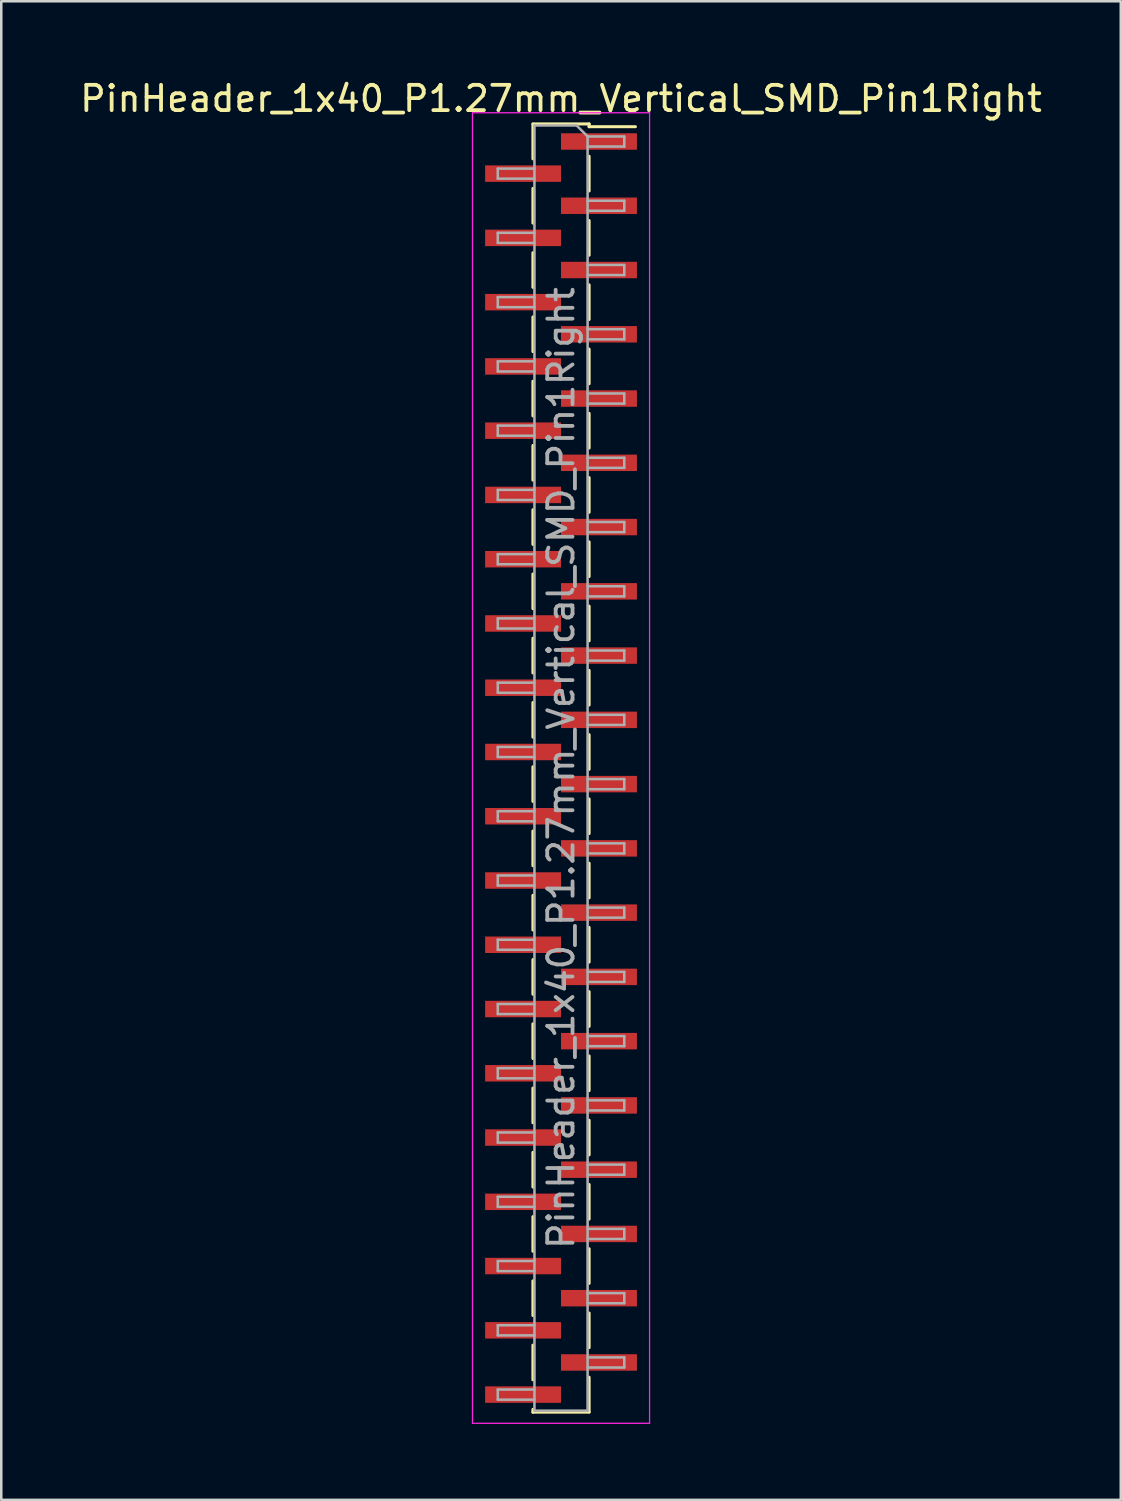
<source format=kicad_pcb>
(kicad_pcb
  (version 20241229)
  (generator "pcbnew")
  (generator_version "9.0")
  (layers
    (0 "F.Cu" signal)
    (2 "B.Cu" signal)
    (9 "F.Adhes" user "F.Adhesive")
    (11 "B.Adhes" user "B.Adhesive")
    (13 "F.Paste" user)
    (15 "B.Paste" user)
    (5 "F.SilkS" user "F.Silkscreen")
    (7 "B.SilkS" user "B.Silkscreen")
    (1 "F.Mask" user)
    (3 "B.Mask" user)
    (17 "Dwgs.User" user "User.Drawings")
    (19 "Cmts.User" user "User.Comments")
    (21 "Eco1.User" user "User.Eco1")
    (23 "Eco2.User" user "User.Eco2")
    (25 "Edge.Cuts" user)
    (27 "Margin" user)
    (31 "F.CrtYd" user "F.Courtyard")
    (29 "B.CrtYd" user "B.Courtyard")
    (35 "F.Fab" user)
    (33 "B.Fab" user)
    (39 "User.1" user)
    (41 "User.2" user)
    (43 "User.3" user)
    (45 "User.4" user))
  (footprint "PinHeader_1x40_P1.27mm_Vertical_SMD_Pin1Right"
    (layer "F.Cu")
    (at 19.125 27.308)
    (property "Reference" "PinHeader_1x40_P1.27mm_Vertical_SMD_Pin1Right" (at 0 -26.46 0) (layer "F.SilkS") (effects (font (size 1 1) (thickness 0.15))))
    (attr smd)
    (fp_line (start -1.11 -25.46) (end 1.11 -25.46) (stroke (width 0.12) (type solid)) (layer "F.SilkS"))
    (fp_line (start -1.11 -25.45) (end -1.11 -24.08) (stroke (width 0.12) (type solid)) (layer "F.SilkS"))
    (fp_line (start -1.11 -22.91) (end -1.11 -21.54) (stroke (width 0.12) (type solid)) (layer "F.SilkS"))
    (fp_line (start -1.11 -20.37) (end -1.11 -19) (stroke (width 0.12) (type solid)) (layer "F.SilkS"))
    (fp_line (start -1.11 -17.83) (end -1.11 -16.46) (stroke (width 0.12) (type solid)) (layer "F.SilkS"))
    (fp_line (start -1.11 -15.29) (end -1.11 -13.92) (stroke (width 0.12) (type solid)) (layer "F.SilkS"))
    (fp_line (start -1.11 -12.75) (end -1.11 -11.38) (stroke (width 0.12) (type solid)) (layer "F.SilkS"))
    (fp_line (start -1.11 -10.21) (end -1.11 -8.84) (stroke (width 0.12) (type solid)) (layer "F.SilkS"))
    (fp_line (start -1.11 -7.67) (end -1.11 -6.3) (stroke (width 0.12) (type solid)) (layer "F.SilkS"))
    (fp_line (start -1.11 -5.13) (end -1.11 -3.76) (stroke (width 0.12) (type solid)) (layer "F.SilkS"))
    (fp_line (start -1.11 -2.59) (end -1.11 -1.22) (stroke (width 0.12) (type solid)) (layer "F.SilkS"))
    (fp_line (start -1.11 -0.05) (end -1.11 1.32) (stroke (width 0.12) (type solid)) (layer "F.SilkS"))
    (fp_line (start -1.11 2.49) (end -1.11 3.86) (stroke (width 0.12) (type solid)) (layer "F.SilkS"))
    (fp_line (start -1.11 5.03) (end -1.11 6.4) (stroke (width 0.12) (type solid)) (layer "F.SilkS"))
    (fp_line (start -1.11 7.57) (end -1.11 8.94) (stroke (width 0.12) (type solid)) (layer "F.SilkS"))
    (fp_line (start -1.11 10.11) (end -1.11 11.48) (stroke (width 0.12) (type solid)) (layer "F.SilkS"))
    (fp_line (start -1.11 12.65) (end -1.11 14.02) (stroke (width 0.12) (type solid)) (layer "F.SilkS"))
    (fp_line (start -1.11 15.19) (end -1.11 16.56) (stroke (width 0.12) (type solid)) (layer "F.SilkS"))
    (fp_line (start -1.11 17.73) (end -1.11 19.1) (stroke (width 0.12) (type solid)) (layer "F.SilkS"))
    (fp_line (start -1.11 20.27) (end -1.11 21.64) (stroke (width 0.12) (type solid)) (layer "F.SilkS"))
    (fp_line (start -1.11 22.81) (end -1.11 24.18) (stroke (width 0.12) (type solid)) (layer "F.SilkS"))
    (fp_line (start -1.11 25.35) (end -1.11 25.46) (stroke (width 0.12) (type solid)) (layer "F.SilkS"))
    (fp_line (start -1.11 25.46) (end 1.11 25.46) (stroke (width 0.12) (type solid)) (layer "F.SilkS"))
    (fp_line (start 1.11 -25.46) (end 1.11 -25.35) (stroke (width 0.12) (type solid)) (layer "F.SilkS"))
    (fp_line (start 1.11 -25.35) (end 2.94 -25.35) (stroke (width 0.12) (type solid)) (layer "F.SilkS"))
    (fp_line (start 1.11 -24.18) (end 1.11 -22.81) (stroke (width 0.12) (type solid)) (layer "F.SilkS"))
    (fp_line (start 1.11 -21.64) (end 1.11 -20.27) (stroke (width 0.12) (type solid)) (layer "F.SilkS"))
    (fp_line (start 1.11 -19.1) (end 1.11 -17.73) (stroke (width 0.12) (type solid)) (layer "F.SilkS"))
    (fp_line (start 1.11 -16.56) (end 1.11 -15.19) (stroke (width 0.12) (type solid)) (layer "F.SilkS"))
    (fp_line (start 1.11 -14.02) (end 1.11 -12.65) (stroke (width 0.12) (type solid)) (layer "F.SilkS"))
    (fp_line (start 1.11 -11.48) (end 1.11 -10.11) (stroke (width 0.12) (type solid)) (layer "F.SilkS"))
    (fp_line (start 1.11 -8.94) (end 1.11 -7.57) (stroke (width 0.12) (type solid)) (layer "F.SilkS"))
    (fp_line (start 1.11 -6.4) (end 1.11 -5.03) (stroke (width 0.12) (type solid)) (layer "F.SilkS"))
    (fp_line (start 1.11 -3.86) (end 1.11 -2.49) (stroke (width 0.12) (type solid)) (layer "F.SilkS"))
    (fp_line (start 1.11 -1.32) (end 1.11 0.05) (stroke (width 0.12) (type solid)) (layer "F.SilkS"))
    (fp_line (start 1.11 1.22) (end 1.11 2.59) (stroke (width 0.12) (type solid)) (layer "F.SilkS"))
    (fp_line (start 1.11 3.76) (end 1.11 5.13) (stroke (width 0.12) (type solid)) (layer "F.SilkS"))
    (fp_line (start 1.11 6.3) (end 1.11 7.67) (stroke (width 0.12) (type solid)) (layer "F.SilkS"))
    (fp_line (start 1.11 8.84) (end 1.11 10.21) (stroke (width 0.12) (type solid)) (layer "F.SilkS"))
    (fp_line (start 1.11 11.38) (end 1.11 12.75) (stroke (width 0.12) (type solid)) (layer "F.SilkS"))
    (fp_line (start 1.11 13.92) (end 1.11 15.29) (stroke (width 0.12) (type solid)) (layer "F.SilkS"))
    (fp_line (start 1.11 16.46) (end 1.11 17.83) (stroke (width 0.12) (type solid)) (layer "F.SilkS"))
    (fp_line (start 1.11 19) (end 1.11 20.37) (stroke (width 0.12) (type solid)) (layer "F.SilkS"))
    (fp_line (start 1.11 21.54) (end 1.11 22.91) (stroke (width 0.12) (type solid)) (layer "F.SilkS"))
    (fp_line (start 1.11 24.08) (end 1.11 25.45) (stroke (width 0.12) (type solid)) (layer "F.SilkS"))
    (fp_line (start -3.5 -25.9) (end -3.5 25.9) (stroke (width 0.05) (type solid)) (layer "F.CrtYd"))
    (fp_line (start -3.5 25.9) (end 3.5 25.9) (stroke (width 0.05) (type solid)) (layer "F.CrtYd"))
    (fp_line (start 3.5 -25.9) (end -3.5 -25.9) (stroke (width 0.05) (type solid)) (layer "F.CrtYd"))
    (fp_line (start 3.5 25.9) (end 3.5 -25.9) (stroke (width 0.05) (type solid)) (layer "F.CrtYd"))
    (fp_line (start -2.5 -23.695) (end -2.5 -23.295) (stroke (width 0.1) (type solid)) (layer "F.Fab"))
    (fp_line (start -2.5 -23.295) (end -1.05 -23.295) (stroke (width 0.1) (type solid)) (layer "F.Fab"))
    (fp_line (start -2.5 -21.155) (end -2.5 -20.755) (stroke (width 0.1) (type solid)) (layer "F.Fab"))
    (fp_line (start -2.5 -20.755) (end -1.05 -20.755) (stroke (width 0.1) (type solid)) (layer "F.Fab"))
    (fp_line (start -2.5 -18.615) (end -2.5 -18.215) (stroke (width 0.1) (type solid)) (layer "F.Fab"))
    (fp_line (start -2.5 -18.215) (end -1.05 -18.215) (stroke (width 0.1) (type solid)) (layer "F.Fab"))
    (fp_line (start -2.5 -16.075) (end -2.5 -15.675) (stroke (width 0.1) (type solid)) (layer "F.Fab"))
    (fp_line (start -2.5 -15.675) (end -1.05 -15.675) (stroke (width 0.1) (type solid)) (layer "F.Fab"))
    (fp_line (start -2.5 -13.535) (end -2.5 -13.135) (stroke (width 0.1) (type solid)) (layer "F.Fab"))
    (fp_line (start -2.5 -13.135) (end -1.05 -13.135) (stroke (width 0.1) (type solid)) (layer "F.Fab"))
    (fp_line (start -2.5 -10.995) (end -2.5 -10.595) (stroke (width 0.1) (type solid)) (layer "F.Fab"))
    (fp_line (start -2.5 -10.595) (end -1.05 -10.595) (stroke (width 0.1) (type solid)) (layer "F.Fab"))
    (fp_line (start -2.5 -8.455) (end -2.5 -8.055) (stroke (width 0.1) (type solid)) (layer "F.Fab"))
    (fp_line (start -2.5 -8.055) (end -1.05 -8.055) (stroke (width 0.1) (type solid)) (layer "F.Fab"))
    (fp_line (start -2.5 -5.915) (end -2.5 -5.515) (stroke (width 0.1) (type solid)) (layer "F.Fab"))
    (fp_line (start -2.5 -5.515) (end -1.05 -5.515) (stroke (width 0.1) (type solid)) (layer "F.Fab"))
    (fp_line (start -2.5 -3.375) (end -2.5 -2.975) (stroke (width 0.1) (type solid)) (layer "F.Fab"))
    (fp_line (start -2.5 -2.975) (end -1.05 -2.975) (stroke (width 0.1) (type solid)) (layer "F.Fab"))
    (fp_line (start -2.5 -0.835) (end -2.5 -0.435) (stroke (width 0.1) (type solid)) (layer "F.Fab"))
    (fp_line (start -2.5 -0.435) (end -1.05 -0.435) (stroke (width 0.1) (type solid)) (layer "F.Fab"))
    (fp_line (start -2.5 1.705) (end -2.5 2.105) (stroke (width 0.1) (type solid)) (layer "F.Fab"))
    (fp_line (start -2.5 2.105) (end -1.05 2.105) (stroke (width 0.1) (type solid)) (layer "F.Fab"))
    (fp_line (start -2.5 4.245) (end -2.5 4.645) (stroke (width 0.1) (type solid)) (layer "F.Fab"))
    (fp_line (start -2.5 4.645) (end -1.05 4.645) (stroke (width 0.1) (type solid)) (layer "F.Fab"))
    (fp_line (start -2.5 6.785) (end -2.5 7.185) (stroke (width 0.1) (type solid)) (layer "F.Fab"))
    (fp_line (start -2.5 7.185) (end -1.05 7.185) (stroke (width 0.1) (type solid)) (layer "F.Fab"))
    (fp_line (start -2.5 9.325) (end -2.5 9.725) (stroke (width 0.1) (type solid)) (layer "F.Fab"))
    (fp_line (start -2.5 9.725) (end -1.05 9.725) (stroke (width 0.1) (type solid)) (layer "F.Fab"))
    (fp_line (start -2.5 11.865) (end -2.5 12.265) (stroke (width 0.1) (type solid)) (layer "F.Fab"))
    (fp_line (start -2.5 12.265) (end -1.05 12.265) (stroke (width 0.1) (type solid)) (layer "F.Fab"))
    (fp_line (start -2.5 14.405) (end -2.5 14.805) (stroke (width 0.1) (type solid)) (layer "F.Fab"))
    (fp_line (start -2.5 14.805) (end -1.05 14.805) (stroke (width 0.1) (type solid)) (layer "F.Fab"))
    (fp_line (start -2.5 16.945) (end -2.5 17.345) (stroke (width 0.1) (type solid)) (layer "F.Fab"))
    (fp_line (start -2.5 17.345) (end -1.05 17.345) (stroke (width 0.1) (type solid)) (layer "F.Fab"))
    (fp_line (start -2.5 19.485) (end -2.5 19.885) (stroke (width 0.1) (type solid)) (layer "F.Fab"))
    (fp_line (start -2.5 19.885) (end -1.05 19.885) (stroke (width 0.1) (type solid)) (layer "F.Fab"))
    (fp_line (start -2.5 22.025) (end -2.5 22.425) (stroke (width 0.1) (type solid)) (layer "F.Fab"))
    (fp_line (start -2.5 22.425) (end -1.05 22.425) (stroke (width 0.1) (type solid)) (layer "F.Fab"))
    (fp_line (start -2.5 24.565) (end -2.5 24.965) (stroke (width 0.1) (type solid)) (layer "F.Fab"))
    (fp_line (start -2.5 24.965) (end -1.05 24.965) (stroke (width 0.1) (type solid)) (layer "F.Fab"))
    (fp_line (start -1.05 -25.4) (end -1.05 25.4) (stroke (width 0.1) (type solid)) (layer "F.Fab"))
    (fp_line (start -1.05 -25.4) (end 0.615 -25.4) (stroke (width 0.1) (type solid)) (layer "F.Fab"))
    (fp_line (start -1.05 -23.695) (end -2.5 -23.695) (stroke (width 0.1) (type solid)) (layer "F.Fab"))
    (fp_line (start -1.05 -21.155) (end -2.5 -21.155) (stroke (width 0.1) (type solid)) (layer "F.Fab"))
    (fp_line (start -1.05 -18.615) (end -2.5 -18.615) (stroke (width 0.1) (type solid)) (layer "F.Fab"))
    (fp_line (start -1.05 -16.075) (end -2.5 -16.075) (stroke (width 0.1) (type solid)) (layer "F.Fab"))
    (fp_line (start -1.05 -13.535) (end -2.5 -13.535) (stroke (width 0.1) (type solid)) (layer "F.Fab"))
    (fp_line (start -1.05 -10.995) (end -2.5 -10.995) (stroke (width 0.1) (type solid)) (layer "F.Fab"))
    (fp_line (start -1.05 -8.455) (end -2.5 -8.455) (stroke (width 0.1) (type solid)) (layer "F.Fab"))
    (fp_line (start -1.05 -5.915) (end -2.5 -5.915) (stroke (width 0.1) (type solid)) (layer "F.Fab"))
    (fp_line (start -1.05 -3.375) (end -2.5 -3.375) (stroke (width 0.1) (type solid)) (layer "F.Fab"))
    (fp_line (start -1.05 -0.835) (end -2.5 -0.835) (stroke (width 0.1) (type solid)) (layer "F.Fab"))
    (fp_line (start -1.05 1.705) (end -2.5 1.705) (stroke (width 0.1) (type solid)) (layer "F.Fab"))
    (fp_line (start -1.05 4.245) (end -2.5 4.245) (stroke (width 0.1) (type solid)) (layer "F.Fab"))
    (fp_line (start -1.05 6.785) (end -2.5 6.785) (stroke (width 0.1) (type solid)) (layer "F.Fab"))
    (fp_line (start -1.05 9.325) (end -2.5 9.325) (stroke (width 0.1) (type solid)) (layer "F.Fab"))
    (fp_line (start -1.05 11.865) (end -2.5 11.865) (stroke (width 0.1) (type solid)) (layer "F.Fab"))
    (fp_line (start -1.05 14.405) (end -2.5 14.405) (stroke (width 0.1) (type solid)) (layer "F.Fab"))
    (fp_line (start -1.05 16.945) (end -2.5 16.945) (stroke (width 0.1) (type solid)) (layer "F.Fab"))
    (fp_line (start -1.05 19.485) (end -2.5 19.485) (stroke (width 0.1) (type solid)) (layer "F.Fab"))
    (fp_line (start -1.05 22.025) (end -2.5 22.025) (stroke (width 0.1) (type solid)) (layer "F.Fab"))
    (fp_line (start -1.05 24.565) (end -2.5 24.565) (stroke (width 0.1) (type solid)) (layer "F.Fab"))
    (fp_line (start 1.05 -24.965) (end 0.615 -25.4) (stroke (width 0.1) (type solid)) (layer "F.Fab"))
    (fp_line (start 1.05 -24.965) (end 2.5 -24.965) (stroke (width 0.1) (type solid)) (layer "F.Fab"))
    (fp_line (start 1.05 -22.425) (end 2.5 -22.425) (stroke (width 0.1) (type solid)) (layer "F.Fab"))
    (fp_line (start 1.05 -19.885) (end 2.5 -19.885) (stroke (width 0.1) (type solid)) (layer "F.Fab"))
    (fp_line (start 1.05 -17.345) (end 2.5 -17.345) (stroke (width 0.1) (type solid)) (layer "F.Fab"))
    (fp_line (start 1.05 -14.805) (end 2.5 -14.805) (stroke (width 0.1) (type solid)) (layer "F.Fab"))
    (fp_line (start 1.05 -12.265) (end 2.5 -12.265) (stroke (width 0.1) (type solid)) (layer "F.Fab"))
    (fp_line (start 1.05 -9.725) (end 2.5 -9.725) (stroke (width 0.1) (type solid)) (layer "F.Fab"))
    (fp_line (start 1.05 -7.185) (end 2.5 -7.185) (stroke (width 0.1) (type solid)) (layer "F.Fab"))
    (fp_line (start 1.05 -4.645) (end 2.5 -4.645) (stroke (width 0.1) (type solid)) (layer "F.Fab"))
    (fp_line (start 1.05 -2.105) (end 2.5 -2.105) (stroke (width 0.1) (type solid)) (layer "F.Fab"))
    (fp_line (start 1.05 0.435) (end 2.5 0.435) (stroke (width 0.1) (type solid)) (layer "F.Fab"))
    (fp_line (start 1.05 2.975) (end 2.5 2.975) (stroke (width 0.1) (type solid)) (layer "F.Fab"))
    (fp_line (start 1.05 5.515) (end 2.5 5.515) (stroke (width 0.1) (type solid)) (layer "F.Fab"))
    (fp_line (start 1.05 8.055) (end 2.5 8.055) (stroke (width 0.1) (type solid)) (layer "F.Fab"))
    (fp_line (start 1.05 10.595) (end 2.5 10.595) (stroke (width 0.1) (type solid)) (layer "F.Fab"))
    (fp_line (start 1.05 13.135) (end 2.5 13.135) (stroke (width 0.1) (type solid)) (layer "F.Fab"))
    (fp_line (start 1.05 15.675) (end 2.5 15.675) (stroke (width 0.1) (type solid)) (layer "F.Fab"))
    (fp_line (start 1.05 18.215) (end 2.5 18.215) (stroke (width 0.1) (type solid)) (layer "F.Fab"))
    (fp_line (start 1.05 20.755) (end 2.5 20.755) (stroke (width 0.1) (type solid)) (layer "F.Fab"))
    (fp_line (start 1.05 23.295) (end 2.5 23.295) (stroke (width 0.1) (type solid)) (layer "F.Fab"))
    (fp_line (start 1.05 25.4) (end -1.05 25.4) (stroke (width 0.1) (type solid)) (layer "F.Fab"))
    (fp_line (start 1.05 25.4) (end 1.05 -24.965) (stroke (width 0.1) (type solid)) (layer "F.Fab"))
    (fp_line (start 2.5 -24.965) (end 2.5 -24.565) (stroke (width 0.1) (type solid)) (layer "F.Fab"))
    (fp_line (start 2.5 -24.565) (end 1.05 -24.565) (stroke (width 0.1) (type solid)) (layer "F.Fab"))
    (fp_line (start 2.5 -22.425) (end 2.5 -22.025) (stroke (width 0.1) (type solid)) (layer "F.Fab"))
    (fp_line (start 2.5 -22.025) (end 1.05 -22.025) (stroke (width 0.1) (type solid)) (layer "F.Fab"))
    (fp_line (start 2.5 -19.885) (end 2.5 -19.485) (stroke (width 0.1) (type solid)) (layer "F.Fab"))
    (fp_line (start 2.5 -19.485) (end 1.05 -19.485) (stroke (width 0.1) (type solid)) (layer "F.Fab"))
    (fp_line (start 2.5 -17.345) (end 2.5 -16.945) (stroke (width 0.1) (type solid)) (layer "F.Fab"))
    (fp_line (start 2.5 -16.945) (end 1.05 -16.945) (stroke (width 0.1) (type solid)) (layer "F.Fab"))
    (fp_line (start 2.5 -14.805) (end 2.5 -14.405) (stroke (width 0.1) (type solid)) (layer "F.Fab"))
    (fp_line (start 2.5 -14.405) (end 1.05 -14.405) (stroke (width 0.1) (type solid)) (layer "F.Fab"))
    (fp_line (start 2.5 -12.265) (end 2.5 -11.865) (stroke (width 0.1) (type solid)) (layer "F.Fab"))
    (fp_line (start 2.5 -11.865) (end 1.05 -11.865) (stroke (width 0.1) (type solid)) (layer "F.Fab"))
    (fp_line (start 2.5 -9.725) (end 2.5 -9.325) (stroke (width 0.1) (type solid)) (layer "F.Fab"))
    (fp_line (start 2.5 -9.325) (end 1.05 -9.325) (stroke (width 0.1) (type solid)) (layer "F.Fab"))
    (fp_line (start 2.5 -7.185) (end 2.5 -6.785) (stroke (width 0.1) (type solid)) (layer "F.Fab"))
    (fp_line (start 2.5 -6.785) (end 1.05 -6.785) (stroke (width 0.1) (type solid)) (layer "F.Fab"))
    (fp_line (start 2.5 -4.645) (end 2.5 -4.245) (stroke (width 0.1) (type solid)) (layer "F.Fab"))
    (fp_line (start 2.5 -4.245) (end 1.05 -4.245) (stroke (width 0.1) (type solid)) (layer "F.Fab"))
    (fp_line (start 2.5 -2.105) (end 2.5 -1.705) (stroke (width 0.1) (type solid)) (layer "F.Fab"))
    (fp_line (start 2.5 -1.705) (end 1.05 -1.705) (stroke (width 0.1) (type solid)) (layer "F.Fab"))
    (fp_line (start 2.5 0.435) (end 2.5 0.835) (stroke (width 0.1) (type solid)) (layer "F.Fab"))
    (fp_line (start 2.5 0.835) (end 1.05 0.835) (stroke (width 0.1) (type solid)) (layer "F.Fab"))
    (fp_line (start 2.5 2.975) (end 2.5 3.375) (stroke (width 0.1) (type solid)) (layer "F.Fab"))
    (fp_line (start 2.5 3.375) (end 1.05 3.375) (stroke (width 0.1) (type solid)) (layer "F.Fab"))
    (fp_line (start 2.5 5.515) (end 2.5 5.915) (stroke (width 0.1) (type solid)) (layer "F.Fab"))
    (fp_line (start 2.5 5.915) (end 1.05 5.915) (stroke (width 0.1) (type solid)) (layer "F.Fab"))
    (fp_line (start 2.5 8.055) (end 2.5 8.455) (stroke (width 0.1) (type solid)) (layer "F.Fab"))
    (fp_line (start 2.5 8.455) (end 1.05 8.455) (stroke (width 0.1) (type solid)) (layer "F.Fab"))
    (fp_line (start 2.5 10.595) (end 2.5 10.995) (stroke (width 0.1) (type solid)) (layer "F.Fab"))
    (fp_line (start 2.5 10.995) (end 1.05 10.995) (stroke (width 0.1) (type solid)) (layer "F.Fab"))
    (fp_line (start 2.5 13.135) (end 2.5 13.535) (stroke (width 0.1) (type solid)) (layer "F.Fab"))
    (fp_line (start 2.5 13.535) (end 1.05 13.535) (stroke (width 0.1) (type solid)) (layer "F.Fab"))
    (fp_line (start 2.5 15.675) (end 2.5 16.075) (stroke (width 0.1) (type solid)) (layer "F.Fab"))
    (fp_line (start 2.5 16.075) (end 1.05 16.075) (stroke (width 0.1) (type solid)) (layer "F.Fab"))
    (fp_line (start 2.5 18.215) (end 2.5 18.615) (stroke (width 0.1) (type solid)) (layer "F.Fab"))
    (fp_line (start 2.5 18.615) (end 1.05 18.615) (stroke (width 0.1) (type solid)) (layer "F.Fab"))
    (fp_line (start 2.5 20.755) (end 2.5 21.155) (stroke (width 0.1) (type solid)) (layer "F.Fab"))
    (fp_line (start 2.5 21.155) (end 1.05 21.155) (stroke (width 0.1) (type solid)) (layer "F.Fab"))
    (fp_line (start 2.5 23.295) (end 2.5 23.695) (stroke (width 0.1) (type solid)) (layer "F.Fab"))
    (fp_line (start 2.5 23.695) (end 1.05 23.695) (stroke (width 0.1) (type solid)) (layer "F.Fab"))
    (fp_text user "${REFERENCE}" (at 0 0 90) (layer "F.Fab") (effects (font (size 1 1) (thickness 0.15))))
    (pad "1" smd rect (at 1.5 -24.765) (size 3 0.65) (layers "F.Cu" "F.Mask" "F.Paste"))
    (pad "2" smd rect (at -1.5 -23.495) (size 3 0.65) (layers "F.Cu" "F.Mask" "F.Paste"))
    (pad "3" smd rect (at 1.5 -22.225) (size 3 0.65) (layers "F.Cu" "F.Mask" "F.Paste"))
    (pad "4" smd rect (at -1.5 -20.955) (size 3 0.65) (layers "F.Cu" "F.Mask" "F.Paste"))
    (pad "5" smd rect (at 1.5 -19.685) (size 3 0.65) (layers "F.Cu" "F.Mask" "F.Paste"))
    (pad "6" smd rect (at -1.5 -18.415) (size 3 0.65) (layers "F.Cu" "F.Mask" "F.Paste"))
    (pad "7" smd rect (at 1.5 -17.145) (size 3 0.65) (layers "F.Cu" "F.Mask" "F.Paste"))
    (pad "8" smd rect (at -1.5 -15.875) (size 3 0.65) (layers "F.Cu" "F.Mask" "F.Paste"))
    (pad "9" smd rect (at 1.5 -14.605) (size 3 0.65) (layers "F.Cu" "F.Mask" "F.Paste"))
    (pad "10" smd rect (at -1.5 -13.335) (size 3 0.65) (layers "F.Cu" "F.Mask" "F.Paste"))
    (pad "11" smd rect (at 1.5 -12.065) (size 3 0.65) (layers "F.Cu" "F.Mask" "F.Paste"))
    (pad "12" smd rect (at -1.5 -10.795) (size 3 0.65) (layers "F.Cu" "F.Mask" "F.Paste"))
    (pad "13" smd rect (at 1.5 -9.525) (size 3 0.65) (layers "F.Cu" "F.Mask" "F.Paste"))
    (pad "14" smd rect (at -1.5 -8.255) (size 3 0.65) (layers "F.Cu" "F.Mask" "F.Paste"))
    (pad "15" smd rect (at 1.5 -6.985) (size 3 0.65) (layers "F.Cu" "F.Mask" "F.Paste"))
    (pad "16" smd rect (at -1.5 -5.715) (size 3 0.65) (layers "F.Cu" "F.Mask" "F.Paste"))
    (pad "17" smd rect (at 1.5 -4.445) (size 3 0.65) (layers "F.Cu" "F.Mask" "F.Paste"))
    (pad "18" smd rect (at -1.5 -3.175) (size 3 0.65) (layers "F.Cu" "F.Mask" "F.Paste"))
    (pad "19" smd rect (at 1.5 -1.905) (size 3 0.65) (layers "F.Cu" "F.Mask" "F.Paste"))
    (pad "20" smd rect (at -1.5 -0.635) (size 3 0.65) (layers "F.Cu" "F.Mask" "F.Paste"))
    (pad "21" smd rect (at 1.5 0.635) (size 3 0.65) (layers "F.Cu" "F.Mask" "F.Paste"))
    (pad "22" smd rect (at -1.5 1.905) (size 3 0.65) (layers "F.Cu" "F.Mask" "F.Paste"))
    (pad "23" smd rect (at 1.5 3.175) (size 3 0.65) (layers "F.Cu" "F.Mask" "F.Paste"))
    (pad "24" smd rect (at -1.5 4.445) (size 3 0.65) (layers "F.Cu" "F.Mask" "F.Paste"))
    (pad "25" smd rect (at 1.5 5.715) (size 3 0.65) (layers "F.Cu" "F.Mask" "F.Paste"))
    (pad "26" smd rect (at -1.5 6.985) (size 3 0.65) (layers "F.Cu" "F.Mask" "F.Paste"))
    (pad "27" smd rect (at 1.5 8.255) (size 3 0.65) (layers "F.Cu" "F.Mask" "F.Paste"))
    (pad "28" smd rect (at -1.5 9.525) (size 3 0.65) (layers "F.Cu" "F.Mask" "F.Paste"))
    (pad "29" smd rect (at 1.5 10.795) (size 3 0.65) (layers "F.Cu" "F.Mask" "F.Paste"))
    (pad "30" smd rect (at -1.5 12.065) (size 3 0.65) (layers "F.Cu" "F.Mask" "F.Paste"))
    (pad "31" smd rect (at 1.5 13.335) (size 3 0.65) (layers "F.Cu" "F.Mask" "F.Paste"))
    (pad "32" smd rect (at -1.5 14.605) (size 3 0.65) (layers "F.Cu" "F.Mask" "F.Paste"))
    (pad "33" smd rect (at 1.5 15.875) (size 3 0.65) (layers "F.Cu" "F.Mask" "F.Paste"))
    (pad "34" smd rect (at -1.5 17.145) (size 3 0.65) (layers "F.Cu" "F.Mask" "F.Paste"))
    (pad "35" smd rect (at 1.5 18.415) (size 3 0.65) (layers "F.Cu" "F.Mask" "F.Paste"))
    (pad "36" smd rect (at -1.5 19.685) (size 3 0.65) (layers "F.Cu" "F.Mask" "F.Paste"))
    (pad "37" smd rect (at 1.5 20.955) (size 3 0.65) (layers "F.Cu" "F.Mask" "F.Paste"))
    (pad "38" smd rect (at -1.5 22.225) (size 3 0.65) (layers "F.Cu" "F.Mask" "F.Paste"))
    (pad "39" smd rect (at 1.5 23.495) (size 3 0.65) (layers "F.Cu" "F.Mask" "F.Paste"))
    (pad "40" smd rect (at -1.5 24.765) (size 3 0.65) (layers "F.Cu" "F.Mask" "F.Paste")))
  (gr_rect
    (start -3 -3)
    (end 41.25 56.233)
    (stroke (width 0.1) (type default))
    (fill no)
    (layer "Edge.Cuts")))
</source>
